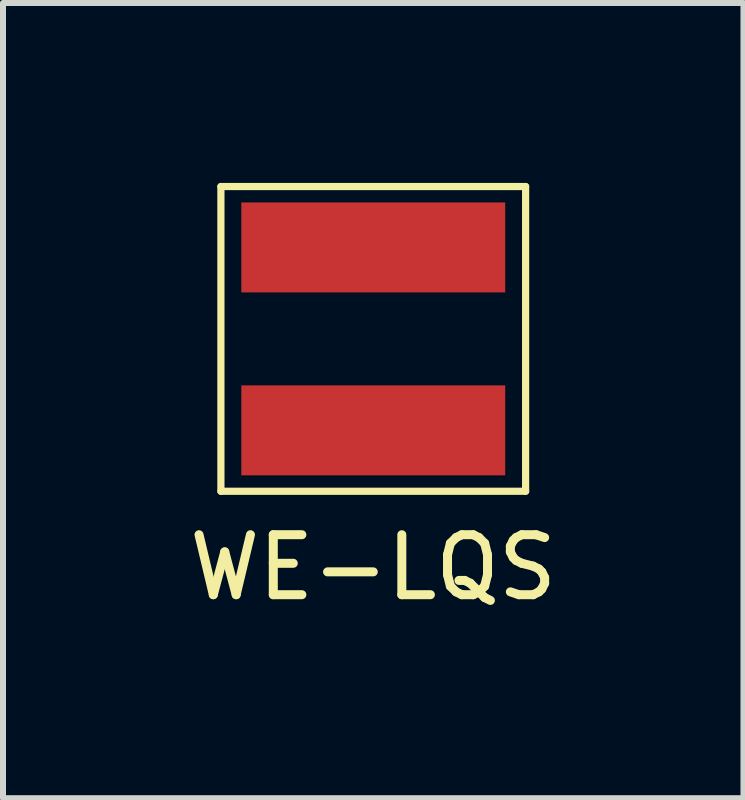
<source format=kicad_pcb>
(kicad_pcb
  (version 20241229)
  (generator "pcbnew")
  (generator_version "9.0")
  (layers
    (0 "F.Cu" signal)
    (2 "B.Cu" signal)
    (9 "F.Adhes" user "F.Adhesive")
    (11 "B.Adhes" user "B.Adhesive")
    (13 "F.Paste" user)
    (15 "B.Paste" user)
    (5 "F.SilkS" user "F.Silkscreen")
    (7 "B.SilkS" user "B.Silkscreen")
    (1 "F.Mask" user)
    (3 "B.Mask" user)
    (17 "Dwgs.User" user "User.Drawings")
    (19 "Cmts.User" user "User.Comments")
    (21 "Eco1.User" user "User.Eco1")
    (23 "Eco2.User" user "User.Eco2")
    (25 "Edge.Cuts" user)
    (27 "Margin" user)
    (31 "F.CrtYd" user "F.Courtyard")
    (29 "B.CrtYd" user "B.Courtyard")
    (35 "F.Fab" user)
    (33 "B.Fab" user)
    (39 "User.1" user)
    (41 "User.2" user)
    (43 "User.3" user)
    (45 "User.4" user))
  (footprint "WE-LQS"
    (layer "F.Cu")
    (at 3.173 2.6)
    (property "Reference" "WE-LQS" (at 0 3.81 0) (layer "F.SilkS") (effects (font (size 1 1) (thickness 0.15))))
    (attr through_hole)
    (fp_line (start -2.54 -2.54) (end 2.54 -2.54) (stroke (width 0.12) (type solid)) (layer "F.SilkS"))
    (fp_line (start -2.54 2.54) (end -2.54 -2.54) (stroke (width 0.12) (type solid)) (layer "F.SilkS"))
    (fp_line (start 2.54 -2.54) (end 2.54 2.54) (stroke (width 0.12) (type solid)) (layer "F.SilkS"))
    (fp_line (start 2.54 2.54) (end -2.54 2.54) (stroke (width 0.12) (type solid)) (layer "F.SilkS"))
    (pad "1" smd rect (at 0 -1.525) (size 4.4 1.5) (layers "F.Cu" "F.Mask" "F.Paste"))
    (pad "2" smd rect (at 0 1.525) (size 4.4 1.5) (layers "F.Cu" "F.Mask" "F.Paste")))
  (gr_rect
    (start -3 -3)
    (end 9.345 10.258)
    (stroke (width 0.1) (type default))
    (fill no)
    (layer "Edge.Cuts")))
</source>
